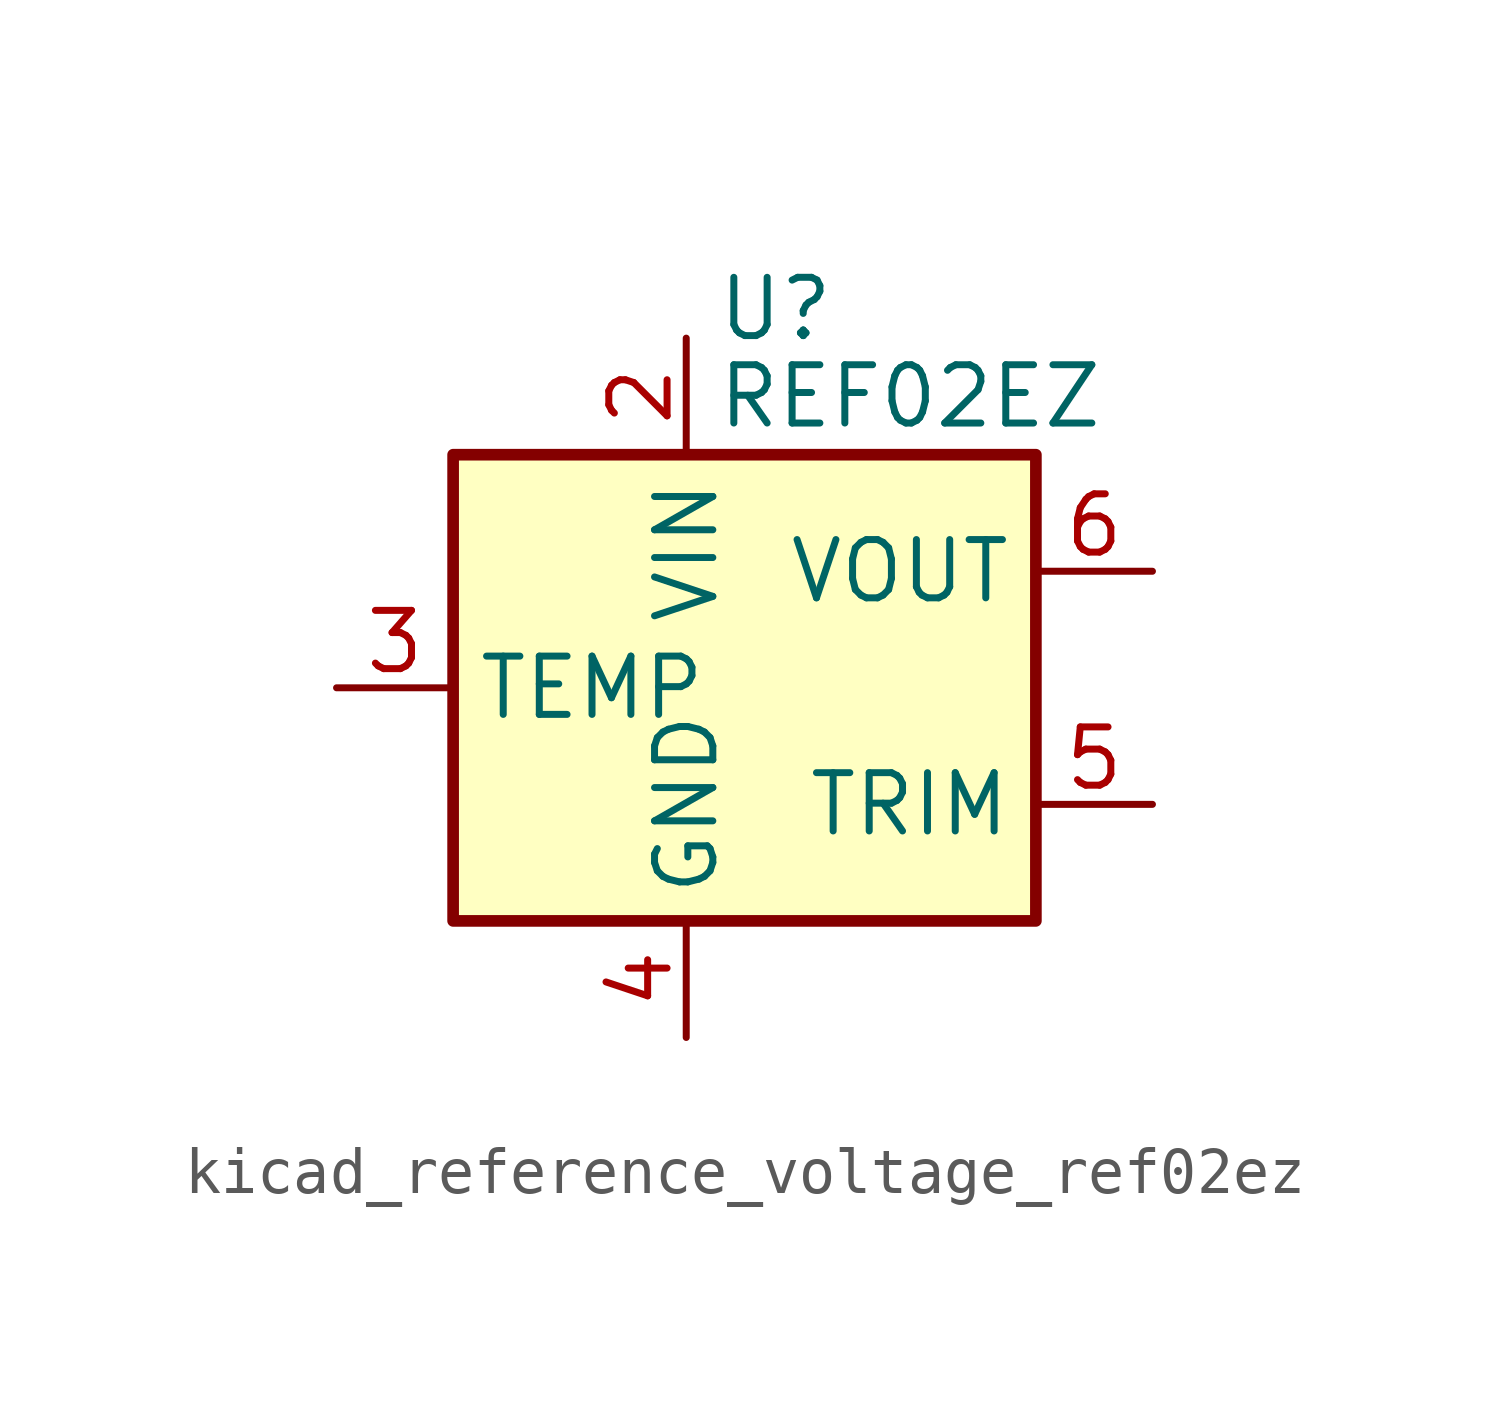
<source format=kicad_sym>
(kicad_symbol_lib
  (version 20220914)
  (generator kicad_symbol_editor)
  (symbol "kicad_reference_voltage_ref02ez"
    (property "Reference" "U"
      (at 0.635 8.255 0)
      (effects (font (size 1.27 1.27)) (justify left)))
    (property "Value" "REF02EZ"
      (at 0.635 6.35 0)
      (effects (font (size 1.27 1.27)) (justify left)))
    (symbol "kicad_reference_voltage_ref02ez_0_1"
      (rectangle (start -5.08 5.08) (end 7.62 -5.08) (stroke (width 0.254) (type default)) (fill (type background))))
    (symbol "kicad_reference_voltage_ref02ez_1_1"
      (pin no_connect line (at 2.54 -5.08 90) (length 2.54) hide (name "NC" (effects (font (size 1.27 1.27)))) (number "1" (effects (font (size 1.27 1.27)))))
      (pin power_in line (at 0 7.62 270) (length 2.54) (name "VIN" (effects (font (size 1.27 1.27)))) (number "2" (effects (font (size 1.27 1.27)))))
      (pin passive line (at -7.62 0 0) (length 2.54) (name "TEMP" (effects (font (size 1.27 1.27)))) (number "3" (effects (font (size 1.27 1.27)))))
      (pin power_in line (at 0 -7.62 90) (length 2.54) (name "GND" (effects (font (size 1.27 1.27)))) (number "4" (effects (font (size 1.27 1.27)))))
      (pin passive line (at 10.16 -2.54 180) (length 2.54) (name "TRIM" (effects (font (size 1.27 1.27)))) (number "5" (effects (font (size 1.27 1.27)))))
      (pin power_out line (at 10.16 2.54 180) (length 2.54) (name "VOUT" (effects (font (size 1.27 1.27)))) (number "6" (effects (font (size 1.27 1.27)))))
      (pin no_connect line (at -2.54 -5.08 90) (length 2.54) hide (name "NC" (effects (font (size 1.27 1.27)))) (number "7" (effects (font (size 1.27 1.27)))))
      (pin no_connect line (at 7.62 0 180) (length 2.54) hide (name "NC" (effects (font (size 1.27 1.27)))) (number "8" (effects (font (size 1.27 1.27))))))))
</source>
